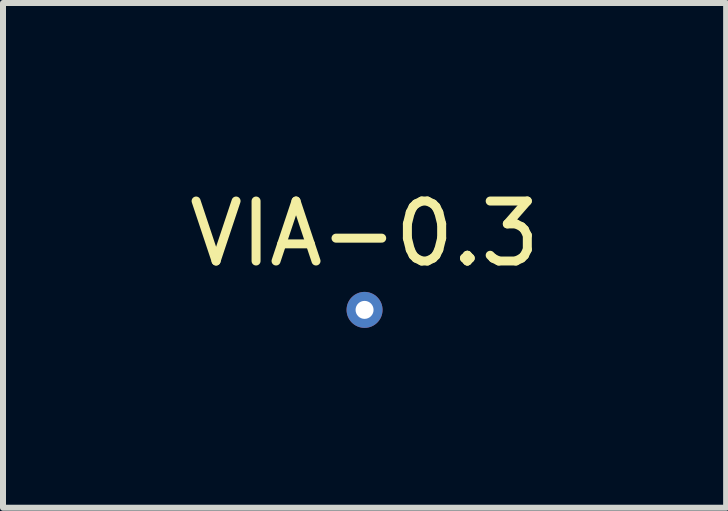
<source format=kicad_pcb>
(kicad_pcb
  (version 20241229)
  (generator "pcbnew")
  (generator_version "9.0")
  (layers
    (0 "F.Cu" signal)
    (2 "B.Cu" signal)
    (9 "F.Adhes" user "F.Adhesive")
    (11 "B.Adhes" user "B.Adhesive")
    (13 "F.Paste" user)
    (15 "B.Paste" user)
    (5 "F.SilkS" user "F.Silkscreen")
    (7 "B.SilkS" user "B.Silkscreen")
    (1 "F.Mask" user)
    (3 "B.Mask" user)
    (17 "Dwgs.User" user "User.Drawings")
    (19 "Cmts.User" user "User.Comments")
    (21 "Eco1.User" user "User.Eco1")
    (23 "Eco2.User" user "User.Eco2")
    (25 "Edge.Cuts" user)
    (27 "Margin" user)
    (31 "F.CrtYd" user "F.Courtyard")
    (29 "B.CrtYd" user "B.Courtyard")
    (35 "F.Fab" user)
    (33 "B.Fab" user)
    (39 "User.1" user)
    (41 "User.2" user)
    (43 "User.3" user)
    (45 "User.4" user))
  (footprint "VIA-0.3"
    (layer "F.Cu")
    (at 3.03 2.118)
    (property "Reference" "VIA-0.3" (at 0 -1.27 0) (layer "F.SilkS") (effects (font (size 1 1) (thickness 0.15))))
    (attr through_hole)
    (pad "1" thru_hole circle (at 0 0) (size 0.6 0.6) (drill 0.3) (layers "*.Cu")))
  (gr_rect
    (start -3 -3)
    (end 9.06 5.418)
    (stroke (width 0.1) (type default))
    (fill no)
    (layer "Edge.Cuts")))
</source>
